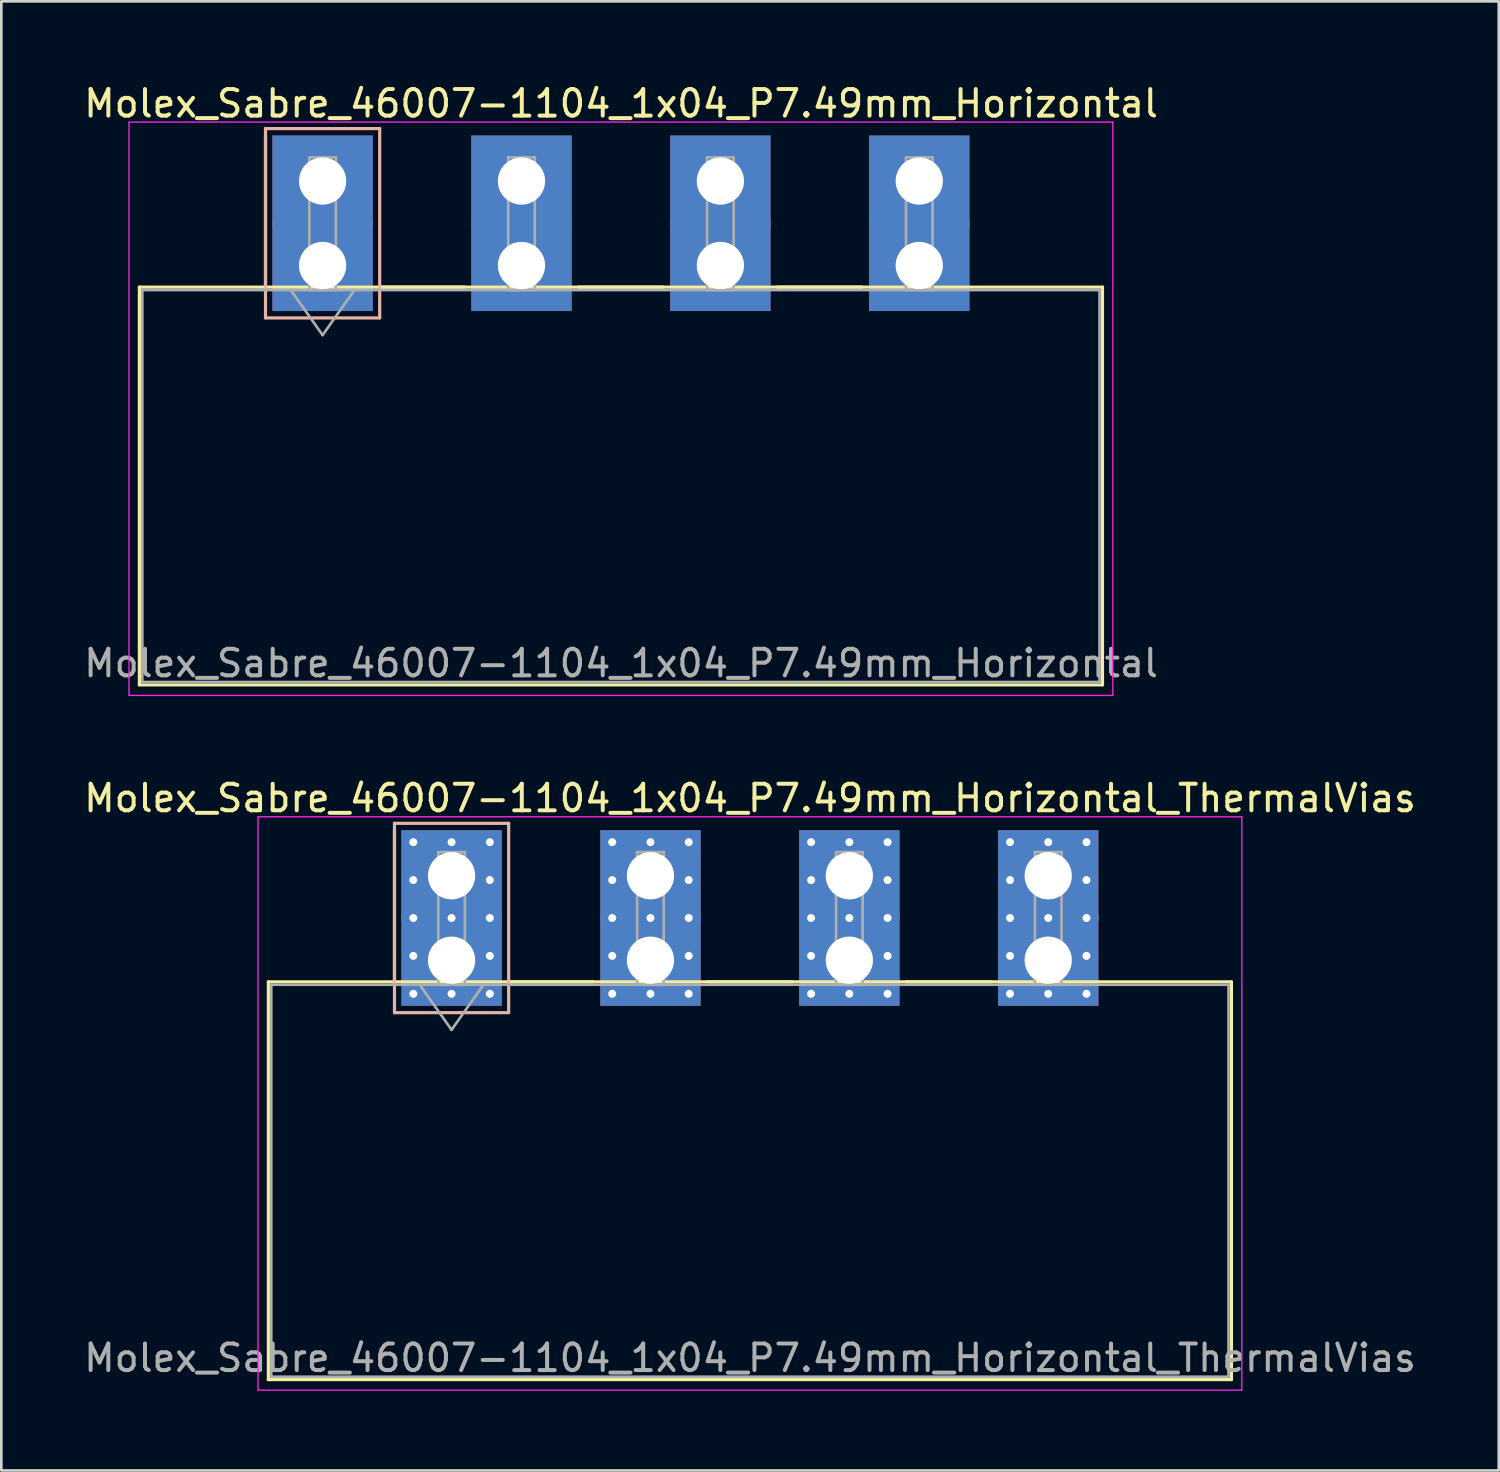
<source format=kicad_pcb>
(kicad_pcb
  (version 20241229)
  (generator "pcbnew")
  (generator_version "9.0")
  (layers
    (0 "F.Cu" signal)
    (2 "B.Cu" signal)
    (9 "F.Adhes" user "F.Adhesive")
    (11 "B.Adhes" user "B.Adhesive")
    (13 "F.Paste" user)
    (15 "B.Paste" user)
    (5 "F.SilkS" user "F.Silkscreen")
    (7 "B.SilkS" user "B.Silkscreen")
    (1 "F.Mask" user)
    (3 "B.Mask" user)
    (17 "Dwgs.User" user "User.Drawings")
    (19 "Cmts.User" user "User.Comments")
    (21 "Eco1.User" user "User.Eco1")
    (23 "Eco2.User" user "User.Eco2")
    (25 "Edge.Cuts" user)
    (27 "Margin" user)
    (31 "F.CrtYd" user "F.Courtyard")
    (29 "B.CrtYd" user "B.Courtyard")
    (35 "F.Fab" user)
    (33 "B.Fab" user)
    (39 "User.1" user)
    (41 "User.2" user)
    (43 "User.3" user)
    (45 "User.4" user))
  (footprint "Molex_Sabre_46007-1104_1x04_P7.49mm_Horizontal"
    (layer "F.Cu")
    (at 9.099 6.948)
    (property "Reference" "Molex_Sabre_46007-1104_1x04_P7.49mm_Horizontal" (at 11.24 -6.1 0) (layer "F.SilkS") (effects (font (size 1 1) (thickness 0.15))))
    (attr through_hole)
    (fp_line (start -6.9 0.815) (end -6.9 15.795) (stroke (width 0.12) (type solid)) (layer "F.SilkS"))
    (fp_line (start -6.9 15.795) (end 29.37 15.795) (stroke (width 0.12) (type solid)) (layer "F.SilkS"))
    (fp_line (start -2.15 0.815) (end -2.15 -4.895) (stroke (width 0.12) (type solid)) (layer "F.SilkS"))
    (fp_line (start 2.15 0.815) (end 5.34 0.815) (stroke (width 0.12) (type solid)) (layer "F.SilkS"))
    (fp_line (start 9.64 0.815) (end 12.83 0.815) (stroke (width 0.12) (type solid)) (layer "F.SilkS"))
    (fp_line (start 17.13 0.815) (end 20.32 0.815) (stroke (width 0.12) (type solid)) (layer "F.SilkS"))
    (fp_line (start 29.37 0.815) (end -6.9 0.815) (stroke (width 0.12) (type solid)) (layer "F.SilkS"))
    (fp_line (start 29.37 15.795) (end 29.37 0.815) (stroke (width 0.12) (type solid)) (layer "F.SilkS"))
    (fp_line (start -2.15 -5.155) (end -2.15 1.975) (stroke (width 0.12) (type solid)) (layer "B.SilkS"))
    (fp_line (start -2.15 1.975) (end 2.15 1.975) (stroke (width 0.12) (type solid)) (layer "B.SilkS"))
    (fp_line (start 2.15 -5.155) (end -2.15 -5.155) (stroke (width 0.12) (type solid)) (layer "B.SilkS"))
    (fp_line (start 2.15 1.975) (end 2.15 -5.155) (stroke (width 0.12) (type solid)) (layer "B.SilkS"))
    (fp_line (start -7.29 -5.4) (end -7.29 16.19) (stroke (width 0.05) (type solid)) (layer "F.CrtYd"))
    (fp_line (start -7.29 16.19) (end 29.76 16.19) (stroke (width 0.05) (type solid)) (layer "F.CrtYd"))
    (fp_line (start 29.76 -5.4) (end -7.29 -5.4) (stroke (width 0.05) (type solid)) (layer "F.CrtYd"))
    (fp_line (start 29.76 16.19) (end 29.76 -5.4) (stroke (width 0.05) (type solid)) (layer "F.CrtYd"))
    (fp_line (start -6.79 0.925) (end -6.79 15.685) (stroke (width 0.1) (type solid)) (layer "F.Fab"))
    (fp_line (start -6.79 15.685) (end 29.26 15.685) (stroke (width 0.1) (type solid)) (layer "F.Fab"))
    (fp_line (start -1.2 0.925) (end 0 2.622) (stroke (width 0.1) (type solid)) (layer "F.Fab"))
    (fp_line (start -0.5 -4.07) (end 0.5 -4.07) (stroke (width 0.1) (type solid)) (layer "F.Fab"))
    (fp_line (start -0.5 0.925) (end -0.5 -4.07) (stroke (width 0.1) (type solid)) (layer "F.Fab"))
    (fp_line (start 0 2.622) (end 1.2 0.925) (stroke (width 0.1) (type solid)) (layer "F.Fab"))
    (fp_line (start 0.5 -4.07) (end 0.5 0.925) (stroke (width 0.1) (type solid)) (layer "F.Fab"))
    (fp_line (start 0.5 0.925) (end -0.5 0.925) (stroke (width 0.1) (type solid)) (layer "F.Fab"))
    (fp_line (start 6.99 -4.07) (end 7.99 -4.07) (stroke (width 0.1) (type solid)) (layer "F.Fab"))
    (fp_line (start 6.99 0.925) (end 6.99 -4.07) (stroke (width 0.1) (type solid)) (layer "F.Fab"))
    (fp_line (start 7.99 -4.07) (end 7.99 0.925) (stroke (width 0.1) (type solid)) (layer "F.Fab"))
    (fp_line (start 7.99 0.925) (end 6.99 0.925) (stroke (width 0.1) (type solid)) (layer "F.Fab"))
    (fp_line (start 14.48 -4.07) (end 15.48 -4.07) (stroke (width 0.1) (type solid)) (layer "F.Fab"))
    (fp_line (start 14.48 0.925) (end 14.48 -4.07) (stroke (width 0.1) (type solid)) (layer "F.Fab"))
    (fp_line (start 15.48 -4.07) (end 15.48 0.925) (stroke (width 0.1) (type solid)) (layer "F.Fab"))
    (fp_line (start 15.48 0.925) (end 14.48 0.925) (stroke (width 0.1) (type solid)) (layer "F.Fab"))
    (fp_line (start 21.97 -4.07) (end 22.97 -4.07) (stroke (width 0.1) (type solid)) (layer "F.Fab"))
    (fp_line (start 21.97 0.925) (end 21.97 -4.07) (stroke (width 0.1) (type solid)) (layer "F.Fab"))
    (fp_line (start 22.97 -4.07) (end 22.97 0.925) (stroke (width 0.1) (type solid)) (layer "F.Fab"))
    (fp_line (start 22.97 0.925) (end 21.97 0.925) (stroke (width 0.1) (type solid)) (layer "F.Fab"))
    (fp_line (start 29.26 0.925) (end -6.79 0.925) (stroke (width 0.1) (type solid)) (layer "F.Fab"))
    (fp_line (start 29.26 15.685) (end 29.26 0.925) (stroke (width 0.1) (type solid)) (layer "F.Fab"))
    (fp_text user "${REFERENCE}" (at 11.24 14.98 0) (layer "F.Fab") (effects (font (size 1 1) (thickness 0.15))))
    (pad "1" thru_hole rect (at 0 -3.18) (size 3.78 3.43) (drill 1.78) (layers "*.Cu" "*.Mask"))
    (pad "1" thru_hole rect (at 0 0) (size 3.78 3.43) (drill 1.78) (layers "*.Cu" "*.Mask"))
    (pad "2" thru_hole rect (at 7.49 -3.18) (size 3.78 3.43) (drill 1.78) (layers "*.Cu" "*.Mask"))
    (pad "2" thru_hole rect (at 7.49 0) (size 3.78 3.43) (drill 1.78) (layers "*.Cu" "*.Mask"))
    (pad "3" thru_hole rect (at 14.98 -3.18) (size 3.78 3.43) (drill 1.78) (layers "*.Cu" "*.Mask"))
    (pad "3" thru_hole rect (at 14.98 0) (size 3.78 3.43) (drill 1.78) (layers "*.Cu" "*.Mask"))
    (pad "4" thru_hole rect (at 22.47 -3.18) (size 3.78 3.43) (drill 1.78) (layers "*.Cu" "*.Mask"))
    (pad "4" thru_hole rect (at 22.47 0) (size 3.78 3.43) (drill 1.78) (layers "*.Cu" "*.Mask")))
  (footprint "Molex_Sabre_46007-1104_1x04_P7.49mm_Horizontal_ThermalVias"
    (layer "F.Cu")
    (at 13.956 33.111)
    (property "Reference" "Molex_Sabre_46007-1104_1x04_P7.49mm_Horizontal_ThermalVias" (at 11.24 -6.1 0) (layer "F.SilkS") (effects (font (size 1 1) (thickness 0.15))))
    (attr through_hole)
    (fp_line (start -6.9 0.815) (end -6.9 15.795) (stroke (width 0.12) (type solid)) (layer "F.SilkS"))
    (fp_line (start -6.9 15.795) (end 29.37 15.795) (stroke (width 0.12) (type solid)) (layer "F.SilkS"))
    (fp_line (start -2.15 0.815) (end -2.15 -4.895) (stroke (width 0.12) (type solid)) (layer "F.SilkS"))
    (fp_line (start 2.15 0.815) (end 5.34 0.815) (stroke (width 0.12) (type solid)) (layer "F.SilkS"))
    (fp_line (start 9.64 0.815) (end 12.83 0.815) (stroke (width 0.12) (type solid)) (layer "F.SilkS"))
    (fp_line (start 17.13 0.815) (end 20.32 0.815) (stroke (width 0.12) (type solid)) (layer "F.SilkS"))
    (fp_line (start 29.37 0.815) (end -6.9 0.815) (stroke (width 0.12) (type solid)) (layer "F.SilkS"))
    (fp_line (start 29.37 15.795) (end 29.37 0.815) (stroke (width 0.12) (type solid)) (layer "F.SilkS"))
    (fp_line (start -2.15 -5.155) (end -2.15 1.975) (stroke (width 0.12) (type solid)) (layer "B.SilkS"))
    (fp_line (start -2.15 1.975) (end 2.15 1.975) (stroke (width 0.12) (type solid)) (layer "B.SilkS"))
    (fp_line (start 2.15 -5.155) (end -2.15 -5.155) (stroke (width 0.12) (type solid)) (layer "B.SilkS"))
    (fp_line (start 2.15 1.975) (end 2.15 -5.155) (stroke (width 0.12) (type solid)) (layer "B.SilkS"))
    (fp_line (start -7.29 -5.4) (end -7.29 16.19) (stroke (width 0.05) (type solid)) (layer "F.CrtYd"))
    (fp_line (start -7.29 16.19) (end 29.76 16.19) (stroke (width 0.05) (type solid)) (layer "F.CrtYd"))
    (fp_line (start 29.76 -5.4) (end -7.29 -5.4) (stroke (width 0.05) (type solid)) (layer "F.CrtYd"))
    (fp_line (start 29.76 16.19) (end 29.76 -5.4) (stroke (width 0.05) (type solid)) (layer "F.CrtYd"))
    (fp_line (start -6.79 0.925) (end -6.79 15.685) (stroke (width 0.1) (type solid)) (layer "F.Fab"))
    (fp_line (start -6.79 15.685) (end 29.26 15.685) (stroke (width 0.1) (type solid)) (layer "F.Fab"))
    (fp_line (start -1.2 0.925) (end 0 2.622) (stroke (width 0.1) (type solid)) (layer "F.Fab"))
    (fp_line (start -0.5 -4.07) (end 0.5 -4.07) (stroke (width 0.1) (type solid)) (layer "F.Fab"))
    (fp_line (start -0.5 0.925) (end -0.5 -4.07) (stroke (width 0.1) (type solid)) (layer "F.Fab"))
    (fp_line (start 0 2.622) (end 1.2 0.925) (stroke (width 0.1) (type solid)) (layer "F.Fab"))
    (fp_line (start 0.5 -4.07) (end 0.5 0.925) (stroke (width 0.1) (type solid)) (layer "F.Fab"))
    (fp_line (start 0.5 0.925) (end -0.5 0.925) (stroke (width 0.1) (type solid)) (layer "F.Fab"))
    (fp_line (start 6.99 -4.07) (end 7.99 -4.07) (stroke (width 0.1) (type solid)) (layer "F.Fab"))
    (fp_line (start 6.99 0.925) (end 6.99 -4.07) (stroke (width 0.1) (type solid)) (layer "F.Fab"))
    (fp_line (start 7.99 -4.07) (end 7.99 0.925) (stroke (width 0.1) (type solid)) (layer "F.Fab"))
    (fp_line (start 7.99 0.925) (end 6.99 0.925) (stroke (width 0.1) (type solid)) (layer "F.Fab"))
    (fp_line (start 14.48 -4.07) (end 15.48 -4.07) (stroke (width 0.1) (type solid)) (layer "F.Fab"))
    (fp_line (start 14.48 0.925) (end 14.48 -4.07) (stroke (width 0.1) (type solid)) (layer "F.Fab"))
    (fp_line (start 15.48 -4.07) (end 15.48 0.925) (stroke (width 0.1) (type solid)) (layer "F.Fab"))
    (fp_line (start 15.48 0.925) (end 14.48 0.925) (stroke (width 0.1) (type solid)) (layer "F.Fab"))
    (fp_line (start 21.97 -4.07) (end 22.97 -4.07) (stroke (width 0.1) (type solid)) (layer "F.Fab"))
    (fp_line (start 21.97 0.925) (end 21.97 -4.07) (stroke (width 0.1) (type solid)) (layer "F.Fab"))
    (fp_line (start 22.97 -4.07) (end 22.97 0.925) (stroke (width 0.1) (type solid)) (layer "F.Fab"))
    (fp_line (start 22.97 0.925) (end 21.97 0.925) (stroke (width 0.1) (type solid)) (layer "F.Fab"))
    (fp_line (start 29.26 0.925) (end -6.79 0.925) (stroke (width 0.1) (type solid)) (layer "F.Fab"))
    (fp_line (start 29.26 15.685) (end 29.26 0.925) (stroke (width 0.1) (type solid)) (layer "F.Fab"))
    (fp_text user "${REFERENCE}" (at 11.24 14.98 0) (layer "F.Fab") (effects (font (size 1 1) (thickness 0.15))))
    (pad "1" thru_hole rect (at -1.44 -4.445) (size 0.6 0.6) (drill 0.3) (layers "*.Cu" "*.Mask"))
    (pad "1" thru_hole rect (at -1.44 -3.018) (size 0.6 0.6) (drill 0.3) (layers "*.Cu" "*.Mask"))
    (pad "1" thru_hole rect (at -1.44 -1.59) (size 0.6 0.6) (drill 0.3) (layers "*.Cu" "*.Mask"))
    (pad "1" thru_hole rect (at -1.44 -0.163) (size 0.6 0.6) (drill 0.3) (layers "*.Cu" "*.Mask"))
    (pad "1" thru_hole rect (at -1.44 1.265) (size 0.6 0.6) (drill 0.3) (layers "*.Cu" "*.Mask"))
    (pad "1" thru_hole rect (at 0 -4.445) (size 0.6 0.6) (drill 0.3) (layers "*.Cu" "*.Mask"))
    (pad "1" thru_hole rect (at 0 -3.18) (size 3.78 3.43) (drill 1.78) (layers "*.Cu" "*.Mask"))
    (pad "1" thru_hole rect (at 0 -1.59) (size 0.6 0.6) (drill 0.3) (layers "*.Cu" "*.Mask"))
    (pad "1" thru_hole rect (at 0 0) (size 3.78 3.43) (drill 1.78) (layers "*.Cu" "*.Mask"))
    (pad "1" thru_hole rect (at 0 1.265) (size 0.6 0.6) (drill 0.3) (layers "*.Cu" "*.Mask"))
    (pad "1" thru_hole rect (at 1.44 -4.445) (size 0.6 0.6) (drill 0.3) (layers "*.Cu" "*.Mask"))
    (pad "1" thru_hole rect (at 1.44 -3.018) (size 0.6 0.6) (drill 0.3) (layers "*.Cu" "*.Mask"))
    (pad "1" thru_hole rect (at 1.44 -1.59) (size 0.6 0.6) (drill 0.3) (layers "*.Cu" "*.Mask"))
    (pad "1" thru_hole rect (at 1.44 -0.163) (size 0.6 0.6) (drill 0.3) (layers "*.Cu" "*.Mask"))
    (pad "1" thru_hole rect (at 1.44 1.265) (size 0.6 0.6) (drill 0.3) (layers "*.Cu" "*.Mask"))
    (pad "2" thru_hole circle (at 6.05 -4.445) (size 0.6 0.6) (drill 0.3) (layers "*.Cu" "*.Mask"))
    (pad "2" thru_hole circle (at 6.05 -3.018) (size 0.6 0.6) (drill 0.3) (layers "*.Cu" "*.Mask"))
    (pad "2" thru_hole circle (at 6.05 -1.59) (size 0.6 0.6) (drill 0.3) (layers "*.Cu" "*.Mask"))
    (pad "2" thru_hole circle (at 6.05 -0.163) (size 0.6 0.6) (drill 0.3) (layers "*.Cu" "*.Mask"))
    (pad "2" thru_hole circle (at 6.05 1.265) (size 0.6 0.6) (drill 0.3) (layers "*.Cu" "*.Mask"))
    (pad "2" thru_hole circle (at 7.49 -4.445) (size 0.6 0.6) (drill 0.3) (layers "*.Cu" "*.Mask"))
    (pad "2" thru_hole rect (at 7.49 -3.18) (size 3.78 3.43) (drill 1.78) (layers "*.Cu" "*.Mask"))
    (pad "2" thru_hole circle (at 7.49 -1.59) (size 0.6 0.6) (drill 0.3) (layers "*.Cu" "*.Mask"))
    (pad "2" thru_hole rect (at 7.49 0) (size 3.78 3.43) (drill 1.78) (layers "*.Cu" "*.Mask"))
    (pad "2" thru_hole circle (at 7.49 1.265) (size 0.6 0.6) (drill 0.3) (layers "*.Cu" "*.Mask"))
    (pad "2" thru_hole circle (at 8.93 -4.445) (size 0.6 0.6) (drill 0.3) (layers "*.Cu" "*.Mask"))
    (pad "2" thru_hole circle (at 8.93 -3.018) (size 0.6 0.6) (drill 0.3) (layers "*.Cu" "*.Mask"))
    (pad "2" thru_hole circle (at 8.93 -1.59) (size 0.6 0.6) (drill 0.3) (layers "*.Cu" "*.Mask"))
    (pad "2" thru_hole circle (at 8.93 -0.163) (size 0.6 0.6) (drill 0.3) (layers "*.Cu" "*.Mask"))
    (pad "2" thru_hole circle (at 8.93 1.265) (size 0.6 0.6) (drill 0.3) (layers "*.Cu" "*.Mask"))
    (pad "3" thru_hole circle (at 13.54 -4.445) (size 0.6 0.6) (drill 0.3) (layers "*.Cu" "*.Mask"))
    (pad "3" thru_hole circle (at 13.54 -3.018) (size 0.6 0.6) (drill 0.3) (layers "*.Cu" "*.Mask"))
    (pad "3" thru_hole circle (at 13.54 -1.59) (size 0.6 0.6) (drill 0.3) (layers "*.Cu" "*.Mask"))
    (pad "3" thru_hole circle (at 13.54 -0.163) (size 0.6 0.6) (drill 0.3) (layers "*.Cu" "*.Mask"))
    (pad "3" thru_hole circle (at 13.54 1.265) (size 0.6 0.6) (drill 0.3) (layers "*.Cu" "*.Mask"))
    (pad "3" thru_hole circle (at 14.98 -4.445) (size 0.6 0.6) (drill 0.3) (layers "*.Cu" "*.Mask"))
    (pad "3" thru_hole rect (at 14.98 -3.18) (size 3.78 3.43) (drill 1.78) (layers "*.Cu" "*.Mask"))
    (pad "3" thru_hole circle (at 14.98 -1.59) (size 0.6 0.6) (drill 0.3) (layers "*.Cu" "*.Mask"))
    (pad "3" thru_hole rect (at 14.98 0) (size 3.78 3.43) (drill 1.78) (layers "*.Cu" "*.Mask"))
    (pad "3" thru_hole circle (at 14.98 1.265) (size 0.6 0.6) (drill 0.3) (layers "*.Cu" "*.Mask"))
    (pad "3" thru_hole circle (at 16.42 -4.445) (size 0.6 0.6) (drill 0.3) (layers "*.Cu" "*.Mask"))
    (pad "3" thru_hole circle (at 16.42 -3.018) (size 0.6 0.6) (drill 0.3) (layers "*.Cu" "*.Mask"))
    (pad "3" thru_hole circle (at 16.42 -1.59) (size 0.6 0.6) (drill 0.3) (layers "*.Cu" "*.Mask"))
    (pad "3" thru_hole circle (at 16.42 -0.163) (size 0.6 0.6) (drill 0.3) (layers "*.Cu" "*.Mask"))
    (pad "3" thru_hole circle (at 16.42 1.265) (size 0.6 0.6) (drill 0.3) (layers "*.Cu" "*.Mask"))
    (pad "4" thru_hole circle (at 21.03 -4.445) (size 0.6 0.6) (drill 0.3) (layers "*.Cu" "*.Mask"))
    (pad "4" thru_hole circle (at 21.03 -3.018) (size 0.6 0.6) (drill 0.3) (layers "*.Cu" "*.Mask"))
    (pad "4" thru_hole circle (at 21.03 -1.59) (size 0.6 0.6) (drill 0.3) (layers "*.Cu" "*.Mask"))
    (pad "4" thru_hole circle (at 21.03 -0.163) (size 0.6 0.6) (drill 0.3) (layers "*.Cu" "*.Mask"))
    (pad "4" thru_hole circle (at 21.03 1.265) (size 0.6 0.6) (drill 0.3) (layers "*.Cu" "*.Mask"))
    (pad "4" thru_hole circle (at 22.47 -4.445) (size 0.6 0.6) (drill 0.3) (layers "*.Cu" "*.Mask"))
    (pad "4" thru_hole rect (at 22.47 -3.18) (size 3.78 3.43) (drill 1.78) (layers "*.Cu" "*.Mask"))
    (pad "4" thru_hole circle (at 22.47 -1.59) (size 0.6 0.6) (drill 0.3) (layers "*.Cu" "*.Mask"))
    (pad "4" thru_hole rect (at 22.47 0) (size 3.78 3.43) (drill 1.78) (layers "*.Cu" "*.Mask"))
    (pad "4" thru_hole circle (at 22.47 1.265) (size 0.6 0.6) (drill 0.3) (layers "*.Cu" "*.Mask"))
    (pad "4" thru_hole circle (at 23.91 -4.445) (size 0.6 0.6) (drill 0.3) (layers "*.Cu" "*.Mask"))
    (pad "4" thru_hole circle (at 23.91 -3.018) (size 0.6 0.6) (drill 0.3) (layers "*.Cu" "*.Mask"))
    (pad "4" thru_hole circle (at 23.91 -1.59) (size 0.6 0.6) (drill 0.3) (layers "*.Cu" "*.Mask"))
    (pad "4" thru_hole circle (at 23.91 -0.163) (size 0.6 0.6) (drill 0.3) (layers "*.Cu" "*.Mask"))
    (pad "4" thru_hole circle (at 23.91 1.265) (size 0.6 0.6) (drill 0.3) (layers "*.Cu" "*.Mask")))
  (gr_rect
    (start -3 -3)
    (end 53.393 52.327)
    (stroke (width 0.1) (type default))
    (fill no)
    (layer "Edge.Cuts")))
</source>
